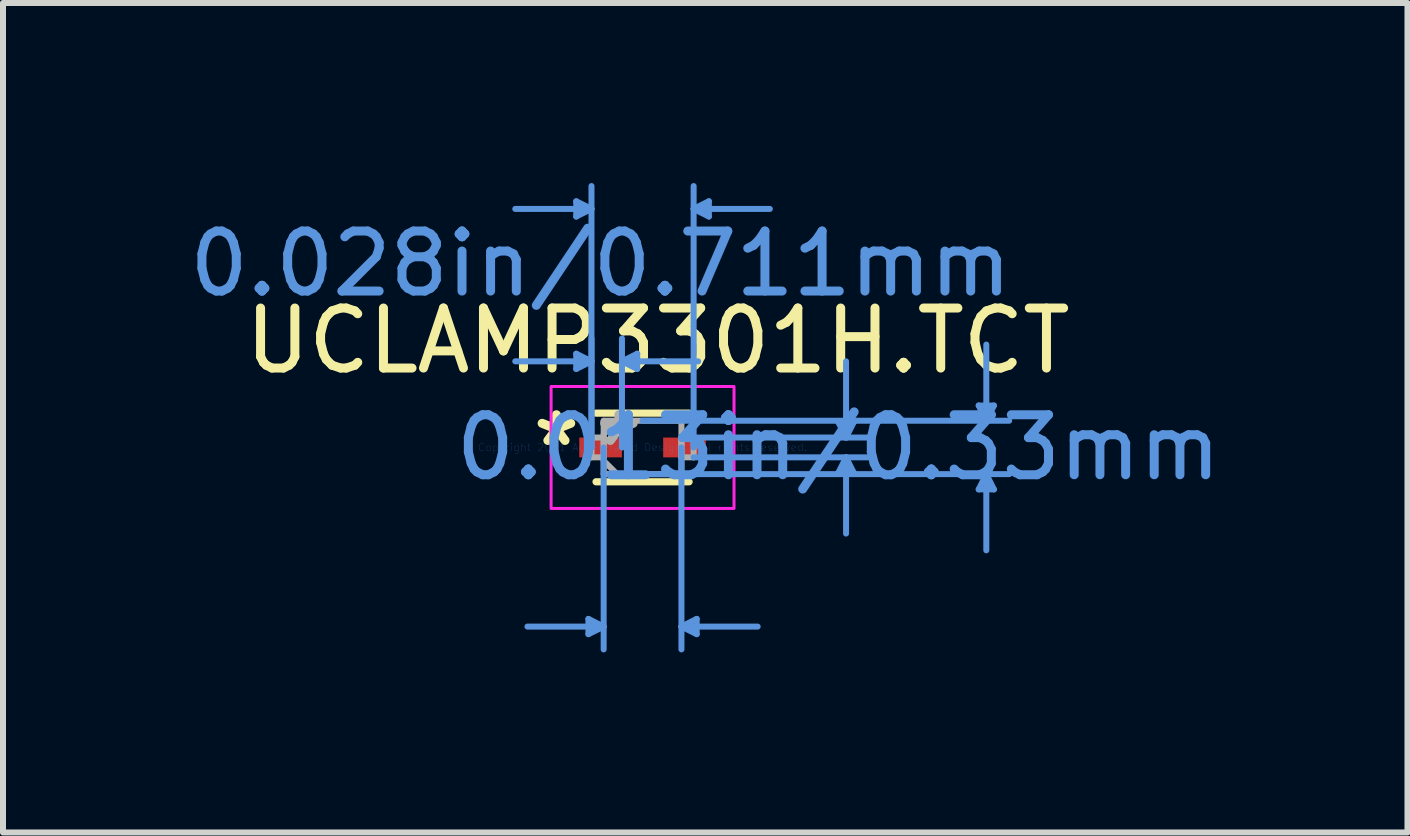
<source format=kicad_pcb>
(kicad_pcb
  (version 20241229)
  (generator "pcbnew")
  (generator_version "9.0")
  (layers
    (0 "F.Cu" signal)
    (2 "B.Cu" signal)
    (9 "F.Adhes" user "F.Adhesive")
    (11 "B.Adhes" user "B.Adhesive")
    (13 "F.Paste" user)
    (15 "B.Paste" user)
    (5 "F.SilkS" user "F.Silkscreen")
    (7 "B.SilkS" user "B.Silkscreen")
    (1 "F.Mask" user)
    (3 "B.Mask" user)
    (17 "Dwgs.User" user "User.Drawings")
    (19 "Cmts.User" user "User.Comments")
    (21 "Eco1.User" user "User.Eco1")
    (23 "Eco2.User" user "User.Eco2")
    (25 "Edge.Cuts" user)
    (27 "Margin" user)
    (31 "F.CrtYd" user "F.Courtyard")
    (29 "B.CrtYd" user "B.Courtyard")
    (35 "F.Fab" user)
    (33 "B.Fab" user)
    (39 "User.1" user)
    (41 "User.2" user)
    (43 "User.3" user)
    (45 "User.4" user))
  (footprint "UCLAMP3301H.TCT"
    (layer "F.Cu")
    (at 7.657 4.406)
    (property "Reference" "UCLAMP3301H.TCT" (at 0.254 -1.778 0) (layer "F.SilkS") (effects (font (size 1 1) (thickness 0.15))))
    (attr through_hole)
    (fp_line (start -0.775 0.572) (end 0.775 0.572) (stroke (width 0.12) (type solid)) (layer "F.SilkS"))
    (fp_line (start 0.775 -0.572) (end -0.775 -0.572) (stroke (width 0.12) (type solid)) (layer "F.SilkS"))
    (fp_line (start -1.105 -4.102) (end -1.105 -3.848) (stroke (width 0.1) (type solid)) (layer "Cmts.User"))
    (fp_line (start -1.105 -1.562) (end -1.105 -1.308) (stroke (width 0.1) (type solid)) (layer "Cmts.User"))
    (fp_line (start -0.902 2.857) (end -0.902 3.111) (stroke (width 0.1) (type solid)) (layer "Cmts.User"))
    (fp_line (start -0.851 -3.975) (end -2.121 -3.975) (stroke (width 0.1) (type solid)) (layer "Cmts.User"))
    (fp_line (start -0.851 -3.975) (end -1.105 -4.102) (stroke (width 0.1) (type solid)) (layer "Cmts.User"))
    (fp_line (start -0.851 -3.975) (end -1.105 -3.848) (stroke (width 0.1) (type solid)) (layer "Cmts.User"))
    (fp_line (start -0.851 -1.435) (end -2.121 -1.435) (stroke (width 0.1) (type solid)) (layer "Cmts.User"))
    (fp_line (start -0.851 -1.435) (end -1.105 -1.562) (stroke (width 0.1) (type solid)) (layer "Cmts.User"))
    (fp_line (start -0.851 -1.435) (end -1.105 -1.308) (stroke (width 0.1) (type solid)) (layer "Cmts.User"))
    (fp_line (start -0.851 0) (end -0.851 -4.356) (stroke (width 0.1) (type solid)) (layer "Cmts.User"))
    (fp_line (start -0.851 0) (end -0.851 -1.816) (stroke (width 0.1) (type solid)) (layer "Cmts.User"))
    (fp_line (start -0.648 0) (end -0.648 3.365) (stroke (width 0.1) (type solid)) (layer "Cmts.User"))
    (fp_line (start -0.648 2.985) (end -1.918 2.985) (stroke (width 0.1) (type solid)) (layer "Cmts.User"))
    (fp_line (start -0.648 2.985) (end -0.902 2.857) (stroke (width 0.1) (type solid)) (layer "Cmts.User"))
    (fp_line (start -0.648 2.985) (end -0.902 3.111) (stroke (width 0.1) (type solid)) (layer "Cmts.User"))
    (fp_line (start -0.343 -1.435) (end -0.089 -1.562) (stroke (width 0.1) (type solid)) (layer "Cmts.User"))
    (fp_line (start -0.343 -1.435) (end -0.089 -1.308) (stroke (width 0.1) (type solid)) (layer "Cmts.User"))
    (fp_line (start -0.343 -1.435) (end 0.927 -1.435) (stroke (width 0.1) (type solid)) (layer "Cmts.User"))
    (fp_line (start -0.343 0) (end -0.343 -1.816) (stroke (width 0.1) (type solid)) (layer "Cmts.User"))
    (fp_line (start -0.089 -1.562) (end -0.089 -1.308) (stroke (width 0.1) (type solid)) (layer "Cmts.User"))
    (fp_line (start 0 -0.445) (end 6.109 -0.445) (stroke (width 0.1) (type solid)) (layer "Cmts.User"))
    (fp_line (start 0 0.445) (end 6.109 0.445) (stroke (width 0.1) (type solid)) (layer "Cmts.User"))
    (fp_line (start 0.648 0) (end 0.648 3.365) (stroke (width 0.1) (type solid)) (layer "Cmts.User"))
    (fp_line (start 0.648 2.985) (end 0.902 2.857) (stroke (width 0.1) (type solid)) (layer "Cmts.User"))
    (fp_line (start 0.648 2.985) (end 0.902 3.111) (stroke (width 0.1) (type solid)) (layer "Cmts.User"))
    (fp_line (start 0.648 2.985) (end 1.918 2.985) (stroke (width 0.1) (type solid)) (layer "Cmts.User"))
    (fp_line (start 0.851 -3.975) (end 1.105 -4.102) (stroke (width 0.1) (type solid)) (layer "Cmts.User"))
    (fp_line (start 0.851 -3.975) (end 1.105 -3.848) (stroke (width 0.1) (type solid)) (layer "Cmts.User"))
    (fp_line (start 0.851 -3.975) (end 2.121 -3.975) (stroke (width 0.1) (type solid)) (layer "Cmts.User"))
    (fp_line (start 0.851 -0.165) (end 3.772 -0.165) (stroke (width 0.1) (type solid)) (layer "Cmts.User"))
    (fp_line (start 0.851 0) (end 0.851 -4.356) (stroke (width 0.1) (type solid)) (layer "Cmts.User"))
    (fp_line (start 0.851 0.165) (end 3.772 0.165) (stroke (width 0.1) (type solid)) (layer "Cmts.User"))
    (fp_line (start 0.902 2.857) (end 0.902 3.111) (stroke (width 0.1) (type solid)) (layer "Cmts.User"))
    (fp_line (start 1.105 -4.102) (end 1.105 -3.848) (stroke (width 0.1) (type solid)) (layer "Cmts.User"))
    (fp_line (start 3.264 -0.419) (end 3.518 -0.419) (stroke (width 0.1) (type solid)) (layer "Cmts.User"))
    (fp_line (start 3.264 0.419) (end 3.518 0.419) (stroke (width 0.1) (type solid)) (layer "Cmts.User"))
    (fp_line (start 3.391 -0.165) (end 3.264 -0.419) (stroke (width 0.1) (type solid)) (layer "Cmts.User"))
    (fp_line (start 3.391 -0.165) (end 3.391 -1.435) (stroke (width 0.1) (type solid)) (layer "Cmts.User"))
    (fp_line (start 3.391 -0.165) (end 3.518 -0.419) (stroke (width 0.1) (type solid)) (layer "Cmts.User"))
    (fp_line (start 3.391 0.165) (end 3.264 0.419) (stroke (width 0.1) (type solid)) (layer "Cmts.User"))
    (fp_line (start 3.391 0.165) (end 3.391 1.435) (stroke (width 0.1) (type solid)) (layer "Cmts.User"))
    (fp_line (start 3.391 0.165) (end 3.518 0.419) (stroke (width 0.1) (type solid)) (layer "Cmts.User"))
    (fp_line (start 5.601 -0.699) (end 5.855 -0.699) (stroke (width 0.1) (type solid)) (layer "Cmts.User"))
    (fp_line (start 5.601 0.699) (end 5.855 0.699) (stroke (width 0.1) (type solid)) (layer "Cmts.User"))
    (fp_line (start 5.728 -0.445) (end 5.601 -0.699) (stroke (width 0.1) (type solid)) (layer "Cmts.User"))
    (fp_line (start 5.728 -0.445) (end 5.728 -1.714) (stroke (width 0.1) (type solid)) (layer "Cmts.User"))
    (fp_line (start 5.728 -0.445) (end 5.855 -0.699) (stroke (width 0.1) (type solid)) (layer "Cmts.User"))
    (fp_line (start 5.728 0.445) (end 5.601 0.699) (stroke (width 0.1) (type solid)) (layer "Cmts.User"))
    (fp_line (start 5.728 0.445) (end 5.728 1.714) (stroke (width 0.1) (type solid)) (layer "Cmts.User"))
    (fp_line (start 5.728 0.445) (end 5.855 0.699) (stroke (width 0.1) (type solid)) (layer "Cmts.User"))
    (fp_rect (start -1.524 -1.016) (end 1.524 1.016) (stroke (width 0.05) (type solid)) (fill no) (layer "F.CrtYd"))
    (fp_line (start -0.851 -0.165) (end -0.851 0.165) (stroke (width 0.1) (type solid)) (layer "F.Fab"))
    (fp_line (start -0.851 0.165) (end -0.648 0.165) (stroke (width 0.1) (type solid)) (layer "F.Fab"))
    (fp_line (start -0.648 -0.445) (end -0.648 0.445) (stroke (width 0.1) (type solid)) (layer "F.Fab"))
    (fp_line (start -0.648 -0.222) (end -0.425 -0.445) (stroke (width 0.1) (type solid)) (layer "F.Fab"))
    (fp_line (start -0.648 -0.165) (end -0.851 -0.165) (stroke (width 0.1) (type solid)) (layer "F.Fab"))
    (fp_line (start -0.648 0.165) (end -0.648 -0.165) (stroke (width 0.1) (type solid)) (layer "F.Fab"))
    (fp_line (start -0.648 0.222) (end -0.425 0.445) (stroke (width 0.1) (type solid)) (layer "F.Fab"))
    (fp_line (start -0.648 0.445) (end 0.648 0.445) (stroke (width 0.1) (type solid)) (layer "F.Fab"))
    (fp_line (start 0.648 -0.445) (end -0.648 -0.445) (stroke (width 0.1) (type solid)) (layer "F.Fab"))
    (fp_line (start 0.648 -0.165) (end 0.648 0.165) (stroke (width 0.1) (type solid)) (layer "F.Fab"))
    (fp_line (start 0.648 0.165) (end 0.851 0.165) (stroke (width 0.1) (type solid)) (layer "F.Fab"))
    (fp_line (start 0.648 0.445) (end 0.648 -0.445) (stroke (width 0.1) (type solid)) (layer "F.Fab"))
    (fp_line (start 0.851 -0.165) (end 0.648 -0.165) (stroke (width 0.1) (type solid)) (layer "F.Fab"))
    (fp_line (start 0.851 0.165) (end 0.851 -0.165) (stroke (width 0.1) (type solid)) (layer "F.Fab"))
    (fp_text user "*" (at -1.435 0 0) (layer "F.SilkS") (effects (font (size 1 1) (thickness 0.15))))
    (fp_text user "0.028in/0.711mm" (at -0.699 -3.061 0) (layer "Cmts.User") (effects (font (size 1 1) (thickness 0.15))))
    (fp_text user "Copyright 2021 Accelerated Designs. All rights reserved." (at 0 0 0) (layer "Cmts.User") (effects (font (size 0.127 0.127) (thickness 0.002))))
    (fp_text user "0.013in/0.33mm" (at 3.264 0 0) (layer "Cmts.User") (effects (font (size 1 1) (thickness 0.15))))
    (fp_text user "*" (at -0.394 0 0) (layer "F.Fab") (effects (font (size 1 1) (thickness 0.15))))
    (pad "1" smd rect (at -0.699 0) (size 0.711 0.33) (layers "F.Cu" "F.Mask" "F.Paste"))
    (pad "2" smd rect (at 0.699 0) (size 0.711 0.33) (layers "F.Cu" "F.Mask" "F.Paste")))
  (gr_rect
    (start -3 -3)
    (end 20.403 10.822)
    (stroke (width 0.1) (type default))
    (fill no)
    (layer "Edge.Cuts")))
</source>
